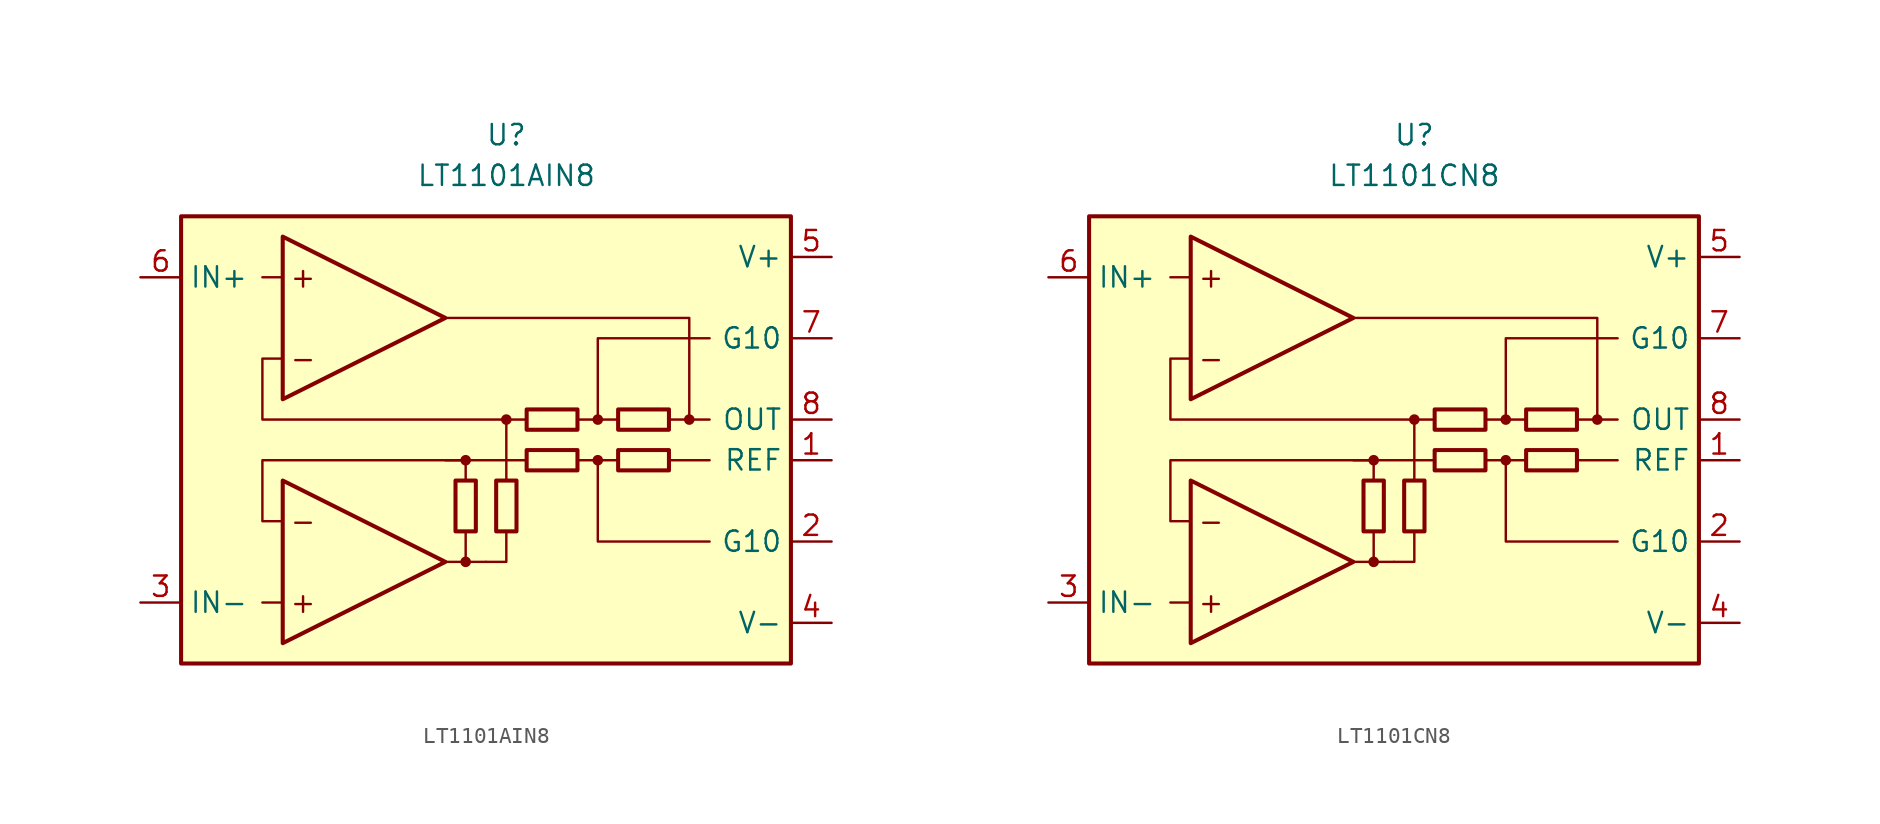
<source format=kicad_sym>
(kicad_symbol_lib
  (version 20211014)
  (generator kicad_symbol_editor)
  (symbol "LT1101AIN8"
    (property "Reference" "U"
      (at 0 19.05 0)
      (effects (font (size 1.27 1.27))))
    (property "Value" "LT1101AIN8"
      (at 0 16.51 0)
      (effects (font (size 1.27 1.27))))
    (symbol "LT1101AIN8_0_0"
      (rectangle (start -20.32 13.97) (end 17.78 -13.97) (stroke (width 0.254) (type default) (color 0 0 0 0)) (fill (type background)))
      (circle (center -2.54 -7.62) (radius 0.254) (stroke (width 0.152) (type default) (color 0 0 0 0)) (fill (type outline)))
      (circle (center -2.54 -1.27) (radius 0.254) (stroke (width 0.152) (type default) (color 0 0 0 0)) (fill (type outline)))
      (polyline (pts (xy -13.97 -10.16) (xy -15.24 -10.16)) (stroke (width 0.152) (type default) (color 0 0 0 0)) (fill (type none)))
      (polyline (pts (xy -13.97 10.16) (xy -15.24 10.16)) (stroke (width 0.152) (type default) (color 0 0 0 0)) (fill (type none)))
      (polyline (pts (xy -3.81 -7.62) (xy -1.27 -7.62)) (stroke (width 0.152) (type default) (color 0 0 0 0)) (fill (type none)))
      (polyline (pts (xy -2.54 -5.715) (xy -2.54 -7.62)) (stroke (width 0.152) (type default) (color 0 0 0 0)) (fill (type none)))
      (polyline (pts (xy -2.54 -2.54) (xy -2.54 -1.27)) (stroke (width 0.152) (type default) (color 0 0 0 0)) (fill (type none)))
      (polyline (pts (xy 0 -2.54) (xy 0 -1.27)) (stroke (width 0.152) (type default) (color 0 0 0 0)) (fill (type none)))
      (polyline (pts (xy 0 -1.27) (xy 0 1.27)) (stroke (width 0.152) (type default) (color 0 0 0 0)) (fill (type none)))
      (polyline (pts (xy 1.27 -1.27) (xy -3.81 -1.27)) (stroke (width 0.152) (type default) (color 0 0 0 0)) (fill (type none)))
      (polyline (pts (xy 5.715 -1.27) (xy 4.445 -1.27)) (stroke (width 0.152) (type default) (color 0 0 0 0)) (fill (type none)))
      (polyline (pts (xy 5.715 1.27) (xy 4.445 1.27)) (stroke (width 0.152) (type default) (color 0 0 0 0)) (fill (type none)))
      (polyline (pts (xy 6.985 -1.27) (xy 5.715 -1.27)) (stroke (width 0.152) (type default) (color 0 0 0 0)) (fill (type none)))
      (polyline (pts (xy 6.985 1.27) (xy 5.715 1.27)) (stroke (width 0.152) (type default) (color 0 0 0 0)) (fill (type none)))
      (polyline (pts (xy 11.43 1.27) (xy 12.7 1.27)) (stroke (width 0.152) (type default) (color 0 0 0 0)) (fill (type none)))
      (polyline (pts (xy 12.7 -1.27) (xy 10.16 -1.27)) (stroke (width 0.152) (type default) (color 0 0 0 0)) (fill (type none)))
      (polyline (pts (xy -1.27 -7.62) (xy 0 -7.62) (xy 0 -5.715)) (stroke (width 0.152) (type default) (color 0 0 0 0)) (fill (type none)))
      (polyline (pts (xy 5.715 1.27) (xy 5.715 6.35) (xy 12.7 6.35)) (stroke (width 0.152) (type default) (color 0 0 0 0)) (fill (type none)))
      (polyline (pts (xy 12.7 -6.35) (xy 5.715 -6.35) (xy 5.715 -1.27)) (stroke (width 0.152) (type default) (color 0 0 0 0)) (fill (type none)))
      (polyline (pts (xy -2.54 -1.27) (xy -15.24 -1.27) (xy -15.24 -5.08) (xy -13.97 -5.08)) (stroke (width 0.152) (type default) (color 0 0 0 0)) (fill (type none)))
      (polyline (pts (xy 10.16 1.27) (xy 11.43 1.27) (xy 11.43 7.62) (xy -3.81 7.62)) (stroke (width 0.152) (type default) (color 0 0 0 0)) (fill (type none)))
      (polyline (pts (xy 1.27 1.27) (xy -15.24 1.27) (xy -15.24 5.08) (xy -15.24 5.08) (xy -13.97 5.08)) (stroke (width 0.152) (type default) (color 0 0 0 0)) (fill (type none)))
      (circle (center 0 1.27) (radius 0.254) (stroke (width 0.152) (type default) (color 0 0 0 0)) (fill (type outline)))
      (circle (center 5.715 -1.27) (radius 0.254) (stroke (width 0.152) (type default) (color 0 0 0 0)) (fill (type outline)))
      (circle (center 5.715 1.27) (radius 0.254) (stroke (width 0.152) (type default) (color 0 0 0 0)) (fill (type outline)))
      (circle (center 11.43 1.27) (radius 0.254) (stroke (width 0.152) (type default) (color 0 0 0 0)) (fill (type outline)))
      (text "+" (at -12.7 -10.16 0) (effects (font (size 1.27 1.27))))
      (text "+" (at -12.7 10.16 0) (effects (font (size 1.27 1.27))))
      (text "-" (at -12.7 -5.08 0) (effects (font (size 1.27 1.27))))
      (text "-" (at -12.7 5.08 0) (effects (font (size 1.27 1.27)))))
    (symbol "LT1101AIN8_0_1"
      (rectangle (start -3.175 -5.715) (end -1.905 -2.54) (stroke (width 0.254) (type default) (color 0 0 0 0)) (fill (type none)))
      (rectangle (start -0.635 -5.715) (end 0.635 -2.54) (stroke (width 0.254) (type default) (color 0 0 0 0)) (fill (type none)))
      (polyline (pts (xy -13.97 -2.54) (xy -13.97 -12.7) (xy -3.81 -7.62) (xy -13.97 -2.54)) (stroke (width 0.254) (type default) (color 0 0 0 0)) (fill (type background)))
      (polyline (pts (xy -13.97 12.7) (xy -13.97 2.54) (xy -3.81 7.62) (xy -13.97 12.7)) (stroke (width 0.254) (type default) (color 0 0 0 0)) (fill (type background)))
      (rectangle (start 1.27 1.905) (end 4.445 0.635) (stroke (width 0.254) (type default) (color 0 0 0 0)) (fill (type none)))
      (rectangle (start 4.445 -1.905) (end 1.27 -0.635) (stroke (width 0.254) (type default) (color 0 0 0 0)) (fill (type none)))
      (rectangle (start 10.16 -1.905) (end 6.985 -0.635) (stroke (width 0.254) (type default) (color 0 0 0 0)) (fill (type none)))
      (rectangle (start 10.16 0.635) (end 6.985 1.905) (stroke (width 0.254) (type default) (color 0 0 0 0)) (fill (type none))))
    (symbol "LT1101AIN8_1_1"
      (pin input line (at 20.32 -1.27 180) (length 2.54) (name "REF" (effects (font (size 1.27 1.27)))) (number "1" (effects (font (size 1.27 1.27)))))
      (pin passive line (at 20.32 -6.35 180) (length 2.54) (name "G10" (effects (font (size 1.27 1.27)))) (number "2" (effects (font (size 1.27 1.27)))))
      (pin input line (at -22.86 -10.16 0) (length 2.54) (name "IN-" (effects (font (size 1.27 1.27)))) (number "3" (effects (font (size 1.27 1.27)))))
      (pin power_in line (at 20.32 -11.43 180) (length 2.54) (name "V-" (effects (font (size 1.27 1.27)))) (number "4" (effects (font (size 1.27 1.27)))))
      (pin power_in line (at 20.32 11.43 180) (length 2.54) (name "V+" (effects (font (size 1.27 1.27)))) (number "5" (effects (font (size 1.27 1.27)))))
      (pin input line (at -22.86 10.16 0) (length 2.54) (name "IN+" (effects (font (size 1.27 1.27)))) (number "6" (effects (font (size 1.27 1.27)))))
      (pin passive line (at 20.32 6.35 180) (length 2.54) (name "G10" (effects (font (size 1.27 1.27)))) (number "7" (effects (font (size 1.27 1.27)))))
      (pin output line (at 20.32 1.27 180) (length 2.54) (name "OUT" (effects (font (size 1.27 1.27)))) (number "8" (effects (font (size 1.27 1.27)))))))
  (symbol "LT1101CN8"
    (property "Reference" "U"
      (at 0 19.05 0)
      (effects (font (size 1.27 1.27))))
    (property "Value" "LT1101CN8"
      (at 0 16.51 0)
      (effects (font (size 1.27 1.27))))
    (symbol "LT1101CN8_0_0"
      (rectangle (start -20.32 13.97) (end 17.78 -13.97) (stroke (width 0.254) (type default) (color 0 0 0 0)) (fill (type background)))
      (circle (center -2.54 -7.62) (radius 0.254) (stroke (width 0.152) (type default) (color 0 0 0 0)) (fill (type outline)))
      (circle (center -2.54 -1.27) (radius 0.254) (stroke (width 0.152) (type default) (color 0 0 0 0)) (fill (type outline)))
      (polyline (pts (xy -13.97 -10.16) (xy -15.24 -10.16)) (stroke (width 0.152) (type default) (color 0 0 0 0)) (fill (type none)))
      (polyline (pts (xy -13.97 10.16) (xy -15.24 10.16)) (stroke (width 0.152) (type default) (color 0 0 0 0)) (fill (type none)))
      (polyline (pts (xy -3.81 -7.62) (xy -1.27 -7.62)) (stroke (width 0.152) (type default) (color 0 0 0 0)) (fill (type none)))
      (polyline (pts (xy -2.54 -5.715) (xy -2.54 -7.62)) (stroke (width 0.152) (type default) (color 0 0 0 0)) (fill (type none)))
      (polyline (pts (xy -2.54 -2.54) (xy -2.54 -1.27)) (stroke (width 0.152) (type default) (color 0 0 0 0)) (fill (type none)))
      (polyline (pts (xy 0 -2.54) (xy 0 -1.27)) (stroke (width 0.152) (type default) (color 0 0 0 0)) (fill (type none)))
      (polyline (pts (xy 0 -1.27) (xy 0 1.27)) (stroke (width 0.152) (type default) (color 0 0 0 0)) (fill (type none)))
      (polyline (pts (xy 1.27 -1.27) (xy -3.81 -1.27)) (stroke (width 0.152) (type default) (color 0 0 0 0)) (fill (type none)))
      (polyline (pts (xy 5.715 -1.27) (xy 4.445 -1.27)) (stroke (width 0.152) (type default) (color 0 0 0 0)) (fill (type none)))
      (polyline (pts (xy 5.715 1.27) (xy 4.445 1.27)) (stroke (width 0.152) (type default) (color 0 0 0 0)) (fill (type none)))
      (polyline (pts (xy 6.985 -1.27) (xy 5.715 -1.27)) (stroke (width 0.152) (type default) (color 0 0 0 0)) (fill (type none)))
      (polyline (pts (xy 6.985 1.27) (xy 5.715 1.27)) (stroke (width 0.152) (type default) (color 0 0 0 0)) (fill (type none)))
      (polyline (pts (xy 11.43 1.27) (xy 12.7 1.27)) (stroke (width 0.152) (type default) (color 0 0 0 0)) (fill (type none)))
      (polyline (pts (xy 12.7 -1.27) (xy 10.16 -1.27)) (stroke (width 0.152) (type default) (color 0 0 0 0)) (fill (type none)))
      (polyline (pts (xy -1.27 -7.62) (xy 0 -7.62) (xy 0 -5.715)) (stroke (width 0.152) (type default) (color 0 0 0 0)) (fill (type none)))
      (polyline (pts (xy 5.715 1.27) (xy 5.715 6.35) (xy 12.7 6.35)) (stroke (width 0.152) (type default) (color 0 0 0 0)) (fill (type none)))
      (polyline (pts (xy 12.7 -6.35) (xy 5.715 -6.35) (xy 5.715 -1.27)) (stroke (width 0.152) (type default) (color 0 0 0 0)) (fill (type none)))
      (polyline (pts (xy -2.54 -1.27) (xy -15.24 -1.27) (xy -15.24 -5.08) (xy -13.97 -5.08)) (stroke (width 0.152) (type default) (color 0 0 0 0)) (fill (type none)))
      (polyline (pts (xy 10.16 1.27) (xy 11.43 1.27) (xy 11.43 7.62) (xy -3.81 7.62)) (stroke (width 0.152) (type default) (color 0 0 0 0)) (fill (type none)))
      (polyline (pts (xy 1.27 1.27) (xy -15.24 1.27) (xy -15.24 5.08) (xy -15.24 5.08) (xy -13.97 5.08)) (stroke (width 0.152) (type default) (color 0 0 0 0)) (fill (type none)))
      (circle (center 0 1.27) (radius 0.254) (stroke (width 0.152) (type default) (color 0 0 0 0)) (fill (type outline)))
      (circle (center 5.715 -1.27) (radius 0.254) (stroke (width 0.152) (type default) (color 0 0 0 0)) (fill (type outline)))
      (circle (center 5.715 1.27) (radius 0.254) (stroke (width 0.152) (type default) (color 0 0 0 0)) (fill (type outline)))
      (circle (center 11.43 1.27) (radius 0.254) (stroke (width 0.152) (type default) (color 0 0 0 0)) (fill (type outline)))
      (text "+" (at -12.7 -10.16 0) (effects (font (size 1.27 1.27))))
      (text "+" (at -12.7 10.16 0) (effects (font (size 1.27 1.27))))
      (text "-" (at -12.7 -5.08 0) (effects (font (size 1.27 1.27))))
      (text "-" (at -12.7 5.08 0) (effects (font (size 1.27 1.27)))))
    (symbol "LT1101CN8_0_1"
      (rectangle (start -3.175 -5.715) (end -1.905 -2.54) (stroke (width 0.254) (type default) (color 0 0 0 0)) (fill (type none)))
      (rectangle (start -0.635 -5.715) (end 0.635 -2.54) (stroke (width 0.254) (type default) (color 0 0 0 0)) (fill (type none)))
      (polyline (pts (xy -13.97 -2.54) (xy -13.97 -12.7) (xy -3.81 -7.62) (xy -13.97 -2.54)) (stroke (width 0.254) (type default) (color 0 0 0 0)) (fill (type background)))
      (polyline (pts (xy -13.97 12.7) (xy -13.97 2.54) (xy -3.81 7.62) (xy -13.97 12.7)) (stroke (width 0.254) (type default) (color 0 0 0 0)) (fill (type background)))
      (rectangle (start 1.27 1.905) (end 4.445 0.635) (stroke (width 0.254) (type default) (color 0 0 0 0)) (fill (type none)))
      (rectangle (start 4.445 -1.905) (end 1.27 -0.635) (stroke (width 0.254) (type default) (color 0 0 0 0)) (fill (type none)))
      (rectangle (start 10.16 -1.905) (end 6.985 -0.635) (stroke (width 0.254) (type default) (color 0 0 0 0)) (fill (type none)))
      (rectangle (start 10.16 0.635) (end 6.985 1.905) (stroke (width 0.254) (type default) (color 0 0 0 0)) (fill (type none))))
    (symbol "LT1101CN8_1_1"
      (pin input line (at 20.32 -1.27 180) (length 2.54) (name "REF" (effects (font (size 1.27 1.27)))) (number "1" (effects (font (size 1.27 1.27)))))
      (pin passive line (at 20.32 -6.35 180) (length 2.54) (name "G10" (effects (font (size 1.27 1.27)))) (number "2" (effects (font (size 1.27 1.27)))))
      (pin input line (at -22.86 -10.16 0) (length 2.54) (name "IN-" (effects (font (size 1.27 1.27)))) (number "3" (effects (font (size 1.27 1.27)))))
      (pin power_in line (at 20.32 -11.43 180) (length 2.54) (name "V-" (effects (font (size 1.27 1.27)))) (number "4" (effects (font (size 1.27 1.27)))))
      (pin power_in line (at 20.32 11.43 180) (length 2.54) (name "V+" (effects (font (size 1.27 1.27)))) (number "5" (effects (font (size 1.27 1.27)))))
      (pin input line (at -22.86 10.16 0) (length 2.54) (name "IN+" (effects (font (size 1.27 1.27)))) (number "6" (effects (font (size 1.27 1.27)))))
      (pin passive line (at 20.32 6.35 180) (length 2.54) (name "G10" (effects (font (size 1.27 1.27)))) (number "7" (effects (font (size 1.27 1.27)))))
      (pin output line (at 20.32 1.27 180) (length 2.54) (name "OUT" (effects (font (size 1.27 1.27)))) (number "8" (effects (font (size 1.27 1.27))))))))
</source>
